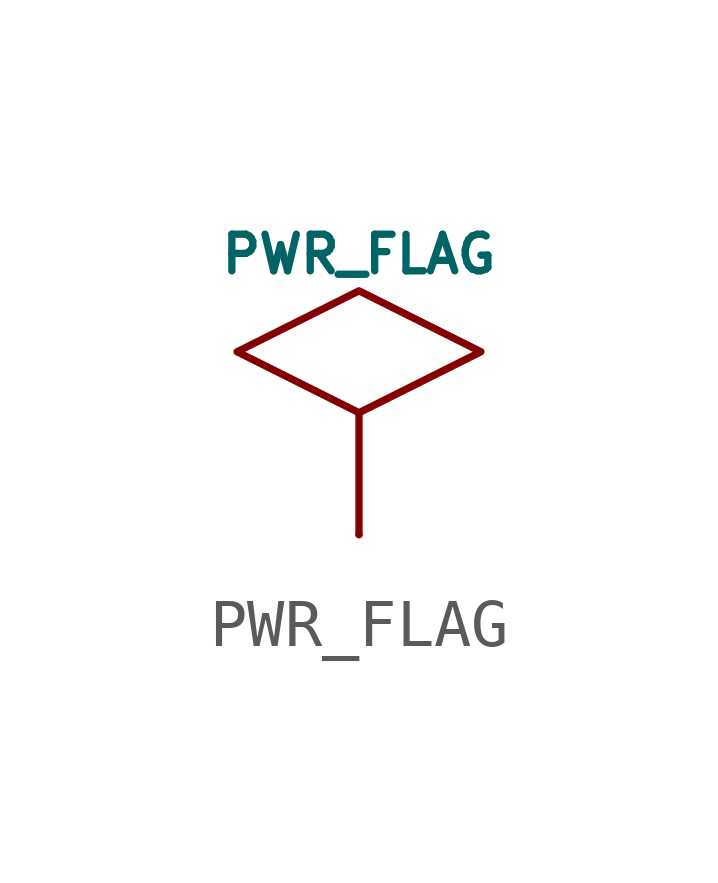
<source format=kicad_sym>
(kicad_symbol_lib
  (version 20211014)
  (generator kicad_symbol_editor)
  (symbol "PWR_FLAG"
    (power)
    (pin_numbers hide)
    (pin_names
      (offset 0) hide)
    (property "Reference" "#FLG"
      (at 0 6.858 0)
      (effects (font (size 0.762 0.762)) hide))
    (property "Value" "PWR_FLAG"
      (at 0 5.842 0)
      (effects (font (size 0.762 0.762))))
    (symbol "PWR_FLAG_0_0"
      (pin power_out line (at 0 0 90) (length 0) (name "pwr" (effects (font (size 0.508 0.508)))) (number "1" (effects (font (size 0.508 0.508))))))
    (symbol "PWR_FLAG_0_1"
      (polyline (pts (xy 0 0) (xy 0 2.54) (xy 0 2.54)) (stroke (width 0) (type default) (color 0 0 0 0)) (fill (type none)))
      (polyline (pts (xy 0 2.54) (xy -2.54 3.81) (xy 0 5.08) (xy 2.54 3.81) (xy 0 2.54)) (stroke (width 0) (type default) (color 0 0 0 0)) (fill (type none))))))
</source>
